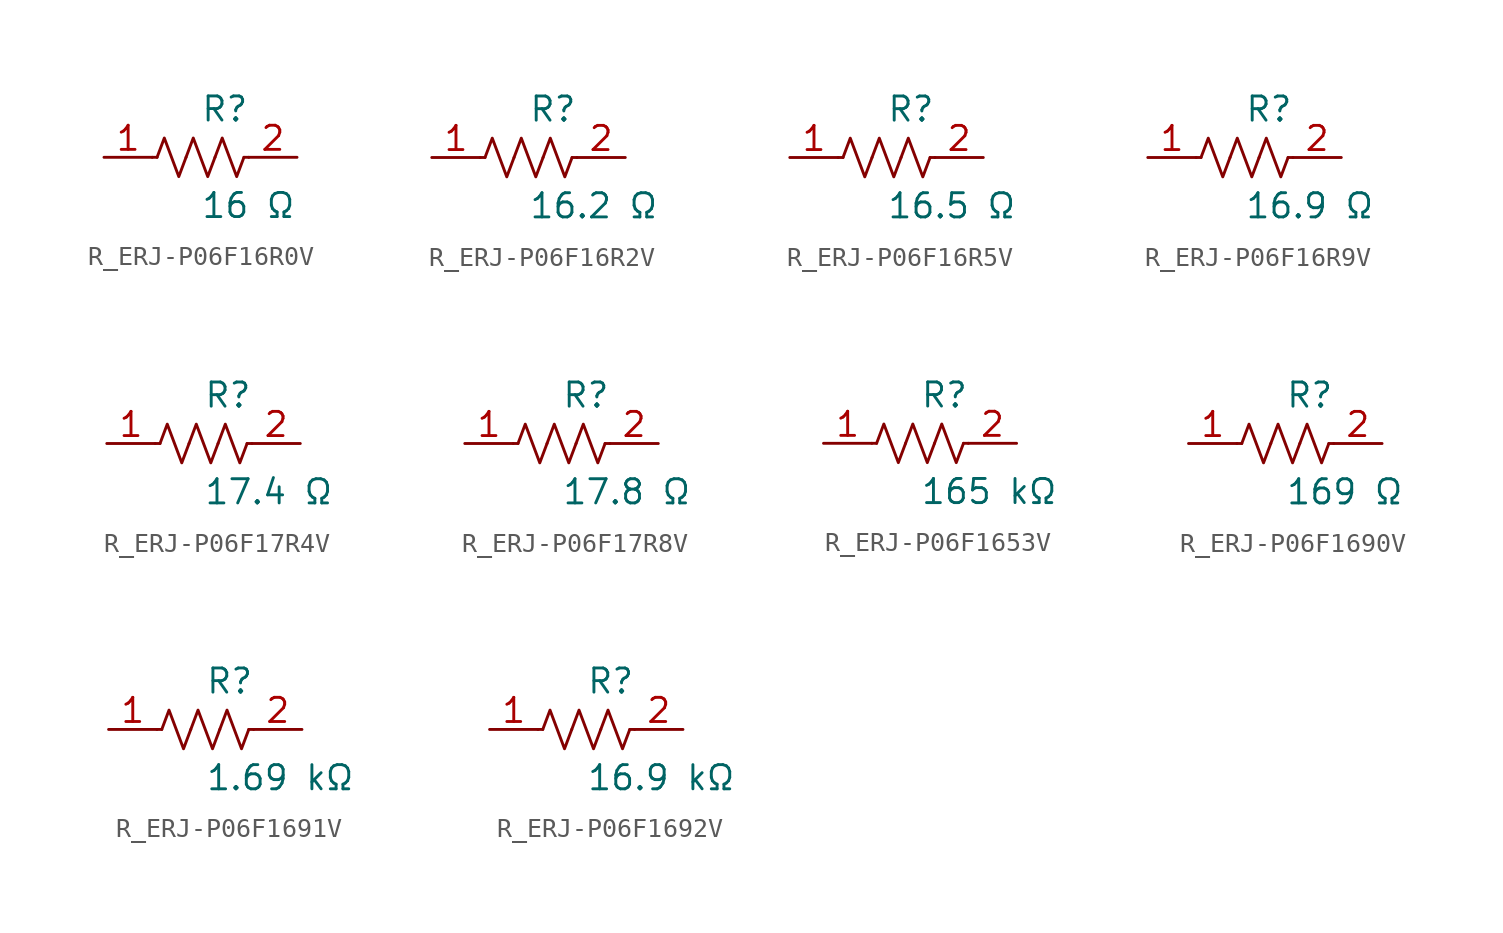
<source format=kicad_sym>
(kicad_symbol_lib
  (version 20231120)
  (generator kicad_symbol_editor)
  (generator_version 8.0)
  (symbol "R_ERJ-P06F16R0V"
    (pin_names
      (offset 0.254))
    (property "Reference" "R"
      (at 0.0 2.54 0)
      (effects (font (size 1.27 1.27)) (justify left)))
    (property "Value" "16 Ω"
      (at 0.0 -2.54 0)
      (effects (font (size 1.27 1.27)) (justify left)))
    (symbol "R_ERJ-P06F16R0V_0_1"
      (polyline (pts (xy 2.286 0) (xy 2.54 0)) (stroke (width 0) (type default)) (fill (type none)))
      (polyline (pts (xy -2.286 0) (xy -2.54 0)) (stroke (width 0) (type default)) (fill (type none)))
      (polyline (pts (xy 0.762 0) (xy 1.143 1.016) (xy 1.524 0) (xy 1.905 -1.016) (xy 2.286 0)) (stroke (width 0) (type default)) (fill (type none)))
      (polyline (pts (xy -0.762 0) (xy -0.381 1.016) (xy 0 0) (xy 0.381 -1.016) (xy 0.762 0)) (stroke (width 0) (type default)) (fill (type none)))
      (polyline (pts (xy -2.286 0) (xy -1.905 1.016) (xy -1.524 0) (xy -1.143 -1.016) (xy -0.762 0)) (stroke (width 0) (type default)) (fill (type none))))
    (pin unspecified line
      (at -5.08 0 0)
      (length 2.54)
      (name "" (effects (font (size 1.27 1.27))))
      (number "1" (effects (font (size 1.27 1.27)))))
    (pin unspecified line
      (at 5.08 0 180)
      (length 2.54)
      (name "" (effects (font (size 1.27 1.27))))
      (number "2" (effects (font (size 1.27 1.27))))))
  (symbol "R_ERJ-P06F16R2V"
    (pin_names
      (offset 0.254))
    (property "Reference" "R"
      (at 0.0 2.54 0)
      (effects (font (size 1.27 1.27)) (justify left)))
    (property "Value" "16.2 Ω"
      (at 0.0 -2.54 0)
      (effects (font (size 1.27 1.27)) (justify left)))
    (symbol "R_ERJ-P06F16R2V_0_1"
      (polyline (pts (xy 2.286 0) (xy 2.54 0)) (stroke (width 0) (type default)) (fill (type none)))
      (polyline (pts (xy -2.286 0) (xy -2.54 0)) (stroke (width 0) (type default)) (fill (type none)))
      (polyline (pts (xy 0.762 0) (xy 1.143 1.016) (xy 1.524 0) (xy 1.905 -1.016) (xy 2.286 0)) (stroke (width 0) (type default)) (fill (type none)))
      (polyline (pts (xy -0.762 0) (xy -0.381 1.016) (xy 0 0) (xy 0.381 -1.016) (xy 0.762 0)) (stroke (width 0) (type default)) (fill (type none)))
      (polyline (pts (xy -2.286 0) (xy -1.905 1.016) (xy -1.524 0) (xy -1.143 -1.016) (xy -0.762 0)) (stroke (width 0) (type default)) (fill (type none))))
    (pin unspecified line
      (at -5.08 0 0)
      (length 2.54)
      (name "" (effects (font (size 1.27 1.27))))
      (number "1" (effects (font (size 1.27 1.27)))))
    (pin unspecified line
      (at 5.08 0 180)
      (length 2.54)
      (name "" (effects (font (size 1.27 1.27))))
      (number "2" (effects (font (size 1.27 1.27))))))
  (symbol "R_ERJ-P06F16R5V"
    (pin_names
      (offset 0.254))
    (property "Reference" "R"
      (at 0.0 2.54 0)
      (effects (font (size 1.27 1.27)) (justify left)))
    (property "Value" "16.5 Ω"
      (at 0.0 -2.54 0)
      (effects (font (size 1.27 1.27)) (justify left)))
    (symbol "R_ERJ-P06F16R5V_0_1"
      (polyline (pts (xy 2.286 0) (xy 2.54 0)) (stroke (width 0) (type default)) (fill (type none)))
      (polyline (pts (xy -2.286 0) (xy -2.54 0)) (stroke (width 0) (type default)) (fill (type none)))
      (polyline (pts (xy 0.762 0) (xy 1.143 1.016) (xy 1.524 0) (xy 1.905 -1.016) (xy 2.286 0)) (stroke (width 0) (type default)) (fill (type none)))
      (polyline (pts (xy -0.762 0) (xy -0.381 1.016) (xy 0 0) (xy 0.381 -1.016) (xy 0.762 0)) (stroke (width 0) (type default)) (fill (type none)))
      (polyline (pts (xy -2.286 0) (xy -1.905 1.016) (xy -1.524 0) (xy -1.143 -1.016) (xy -0.762 0)) (stroke (width 0) (type default)) (fill (type none))))
    (pin unspecified line
      (at -5.08 0 0)
      (length 2.54)
      (name "" (effects (font (size 1.27 1.27))))
      (number "1" (effects (font (size 1.27 1.27)))))
    (pin unspecified line
      (at 5.08 0 180)
      (length 2.54)
      (name "" (effects (font (size 1.27 1.27))))
      (number "2" (effects (font (size 1.27 1.27))))))
  (symbol "R_ERJ-P06F16R9V"
    (pin_names
      (offset 0.254))
    (property "Reference" "R"
      (at 0.0 2.54 0)
      (effects (font (size 1.27 1.27)) (justify left)))
    (property "Value" "16.9 Ω"
      (at 0.0 -2.54 0)
      (effects (font (size 1.27 1.27)) (justify left)))
    (symbol "R_ERJ-P06F16R9V_0_1"
      (polyline (pts (xy 2.286 0) (xy 2.54 0)) (stroke (width 0) (type default)) (fill (type none)))
      (polyline (pts (xy -2.286 0) (xy -2.54 0)) (stroke (width 0) (type default)) (fill (type none)))
      (polyline (pts (xy 0.762 0) (xy 1.143 1.016) (xy 1.524 0) (xy 1.905 -1.016) (xy 2.286 0)) (stroke (width 0) (type default)) (fill (type none)))
      (polyline (pts (xy -0.762 0) (xy -0.381 1.016) (xy 0 0) (xy 0.381 -1.016) (xy 0.762 0)) (stroke (width 0) (type default)) (fill (type none)))
      (polyline (pts (xy -2.286 0) (xy -1.905 1.016) (xy -1.524 0) (xy -1.143 -1.016) (xy -0.762 0)) (stroke (width 0) (type default)) (fill (type none))))
    (pin unspecified line
      (at -5.08 0 0)
      (length 2.54)
      (name "" (effects (font (size 1.27 1.27))))
      (number "1" (effects (font (size 1.27 1.27)))))
    (pin unspecified line
      (at 5.08 0 180)
      (length 2.54)
      (name "" (effects (font (size 1.27 1.27))))
      (number "2" (effects (font (size 1.27 1.27))))))
  (symbol "R_ERJ-P06F17R4V"
    (pin_names
      (offset 0.254))
    (property "Reference" "R"
      (at 0.0 2.54 0)
      (effects (font (size 1.27 1.27)) (justify left)))
    (property "Value" "17.4 Ω"
      (at 0.0 -2.54 0)
      (effects (font (size 1.27 1.27)) (justify left)))
    (symbol "R_ERJ-P06F17R4V_0_1"
      (polyline (pts (xy 2.286 0) (xy 2.54 0)) (stroke (width 0) (type default)) (fill (type none)))
      (polyline (pts (xy -2.286 0) (xy -2.54 0)) (stroke (width 0) (type default)) (fill (type none)))
      (polyline (pts (xy 0.762 0) (xy 1.143 1.016) (xy 1.524 0) (xy 1.905 -1.016) (xy 2.286 0)) (stroke (width 0) (type default)) (fill (type none)))
      (polyline (pts (xy -0.762 0) (xy -0.381 1.016) (xy 0 0) (xy 0.381 -1.016) (xy 0.762 0)) (stroke (width 0) (type default)) (fill (type none)))
      (polyline (pts (xy -2.286 0) (xy -1.905 1.016) (xy -1.524 0) (xy -1.143 -1.016) (xy -0.762 0)) (stroke (width 0) (type default)) (fill (type none))))
    (pin unspecified line
      (at -5.08 0 0)
      (length 2.54)
      (name "" (effects (font (size 1.27 1.27))))
      (number "1" (effects (font (size 1.27 1.27)))))
    (pin unspecified line
      (at 5.08 0 180)
      (length 2.54)
      (name "" (effects (font (size 1.27 1.27))))
      (number "2" (effects (font (size 1.27 1.27))))))
  (symbol "R_ERJ-P06F17R8V"
    (pin_names
      (offset 0.254))
    (property "Reference" "R"
      (at 0.0 2.54 0)
      (effects (font (size 1.27 1.27)) (justify left)))
    (property "Value" "17.8 Ω"
      (at 0.0 -2.54 0)
      (effects (font (size 1.27 1.27)) (justify left)))
    (symbol "R_ERJ-P06F17R8V_0_1"
      (polyline (pts (xy 2.286 0) (xy 2.54 0)) (stroke (width 0) (type default)) (fill (type none)))
      (polyline (pts (xy -2.286 0) (xy -2.54 0)) (stroke (width 0) (type default)) (fill (type none)))
      (polyline (pts (xy 0.762 0) (xy 1.143 1.016) (xy 1.524 0) (xy 1.905 -1.016) (xy 2.286 0)) (stroke (width 0) (type default)) (fill (type none)))
      (polyline (pts (xy -0.762 0) (xy -0.381 1.016) (xy 0 0) (xy 0.381 -1.016) (xy 0.762 0)) (stroke (width 0) (type default)) (fill (type none)))
      (polyline (pts (xy -2.286 0) (xy -1.905 1.016) (xy -1.524 0) (xy -1.143 -1.016) (xy -0.762 0)) (stroke (width 0) (type default)) (fill (type none))))
    (pin unspecified line
      (at -5.08 0 0)
      (length 2.54)
      (name "" (effects (font (size 1.27 1.27))))
      (number "1" (effects (font (size 1.27 1.27)))))
    (pin unspecified line
      (at 5.08 0 180)
      (length 2.54)
      (name "" (effects (font (size 1.27 1.27))))
      (number "2" (effects (font (size 1.27 1.27))))))
  (symbol "R_ERJ-P06F1653V"
    (pin_names
      (offset 0.254))
    (property "Reference" "R"
      (at 0.0 2.54 0)
      (effects (font (size 1.27 1.27)) (justify left)))
    (property "Value" "165 kΩ"
      (at 0.0 -2.54 0)
      (effects (font (size 1.27 1.27)) (justify left)))
    (symbol "R_ERJ-P06F1653V_0_1"
      (polyline (pts (xy 2.286 0) (xy 2.54 0)) (stroke (width 0) (type default)) (fill (type none)))
      (polyline (pts (xy -2.286 0) (xy -2.54 0)) (stroke (width 0) (type default)) (fill (type none)))
      (polyline (pts (xy 0.762 0) (xy 1.143 1.016) (xy 1.524 0) (xy 1.905 -1.016) (xy 2.286 0)) (stroke (width 0) (type default)) (fill (type none)))
      (polyline (pts (xy -0.762 0) (xy -0.381 1.016) (xy 0 0) (xy 0.381 -1.016) (xy 0.762 0)) (stroke (width 0) (type default)) (fill (type none)))
      (polyline (pts (xy -2.286 0) (xy -1.905 1.016) (xy -1.524 0) (xy -1.143 -1.016) (xy -0.762 0)) (stroke (width 0) (type default)) (fill (type none))))
    (pin unspecified line
      (at -5.08 0 0)
      (length 2.54)
      (name "" (effects (font (size 1.27 1.27))))
      (number "1" (effects (font (size 1.27 1.27)))))
    (pin unspecified line
      (at 5.08 0 180)
      (length 2.54)
      (name "" (effects (font (size 1.27 1.27))))
      (number "2" (effects (font (size 1.27 1.27))))))
  (symbol "R_ERJ-P06F1690V"
    (pin_names
      (offset 0.254))
    (property "Reference" "R"
      (at 0.0 2.54 0)
      (effects (font (size 1.27 1.27)) (justify left)))
    (property "Value" "169 Ω"
      (at 0.0 -2.54 0)
      (effects (font (size 1.27 1.27)) (justify left)))
    (symbol "R_ERJ-P06F1690V_0_1"
      (polyline (pts (xy 2.286 0) (xy 2.54 0)) (stroke (width 0) (type default)) (fill (type none)))
      (polyline (pts (xy -2.286 0) (xy -2.54 0)) (stroke (width 0) (type default)) (fill (type none)))
      (polyline (pts (xy 0.762 0) (xy 1.143 1.016) (xy 1.524 0) (xy 1.905 -1.016) (xy 2.286 0)) (stroke (width 0) (type default)) (fill (type none)))
      (polyline (pts (xy -0.762 0) (xy -0.381 1.016) (xy 0 0) (xy 0.381 -1.016) (xy 0.762 0)) (stroke (width 0) (type default)) (fill (type none)))
      (polyline (pts (xy -2.286 0) (xy -1.905 1.016) (xy -1.524 0) (xy -1.143 -1.016) (xy -0.762 0)) (stroke (width 0) (type default)) (fill (type none))))
    (pin unspecified line
      (at -5.08 0 0)
      (length 2.54)
      (name "" (effects (font (size 1.27 1.27))))
      (number "1" (effects (font (size 1.27 1.27)))))
    (pin unspecified line
      (at 5.08 0 180)
      (length 2.54)
      (name "" (effects (font (size 1.27 1.27))))
      (number "2" (effects (font (size 1.27 1.27))))))
  (symbol "R_ERJ-P06F1691V"
    (pin_names
      (offset 0.254))
    (property "Reference" "R"
      (at 0.0 2.54 0)
      (effects (font (size 1.27 1.27)) (justify left)))
    (property "Value" "1.69 kΩ"
      (at 0.0 -2.54 0)
      (effects (font (size 1.27 1.27)) (justify left)))
    (symbol "R_ERJ-P06F1691V_0_1"
      (polyline (pts (xy 2.286 0) (xy 2.54 0)) (stroke (width 0) (type default)) (fill (type none)))
      (polyline (pts (xy -2.286 0) (xy -2.54 0)) (stroke (width 0) (type default)) (fill (type none)))
      (polyline (pts (xy 0.762 0) (xy 1.143 1.016) (xy 1.524 0) (xy 1.905 -1.016) (xy 2.286 0)) (stroke (width 0) (type default)) (fill (type none)))
      (polyline (pts (xy -0.762 0) (xy -0.381 1.016) (xy 0 0) (xy 0.381 -1.016) (xy 0.762 0)) (stroke (width 0) (type default)) (fill (type none)))
      (polyline (pts (xy -2.286 0) (xy -1.905 1.016) (xy -1.524 0) (xy -1.143 -1.016) (xy -0.762 0)) (stroke (width 0) (type default)) (fill (type none))))
    (pin unspecified line
      (at -5.08 0 0)
      (length 2.54)
      (name "" (effects (font (size 1.27 1.27))))
      (number "1" (effects (font (size 1.27 1.27)))))
    (pin unspecified line
      (at 5.08 0 180)
      (length 2.54)
      (name "" (effects (font (size 1.27 1.27))))
      (number "2" (effects (font (size 1.27 1.27))))))
  (symbol "R_ERJ-P06F1692V"
    (pin_names
      (offset 0.254))
    (property "Reference" "R"
      (at 0.0 2.54 0)
      (effects (font (size 1.27 1.27)) (justify left)))
    (property "Value" "16.9 kΩ"
      (at 0.0 -2.54 0)
      (effects (font (size 1.27 1.27)) (justify left)))
    (symbol "R_ERJ-P06F1692V_0_1"
      (polyline (pts (xy 2.286 0) (xy 2.54 0)) (stroke (width 0) (type default)) (fill (type none)))
      (polyline (pts (xy -2.286 0) (xy -2.54 0)) (stroke (width 0) (type default)) (fill (type none)))
      (polyline (pts (xy 0.762 0) (xy 1.143 1.016) (xy 1.524 0) (xy 1.905 -1.016) (xy 2.286 0)) (stroke (width 0) (type default)) (fill (type none)))
      (polyline (pts (xy -0.762 0) (xy -0.381 1.016) (xy 0 0) (xy 0.381 -1.016) (xy 0.762 0)) (stroke (width 0) (type default)) (fill (type none)))
      (polyline (pts (xy -2.286 0) (xy -1.905 1.016) (xy -1.524 0) (xy -1.143 -1.016) (xy -0.762 0)) (stroke (width 0) (type default)) (fill (type none))))
    (pin unspecified line
      (at -5.08 0 0)
      (length 2.54)
      (name "" (effects (font (size 1.27 1.27))))
      (number "1" (effects (font (size 1.27 1.27)))))
    (pin unspecified line
      (at 5.08 0 180)
      (length 2.54)
      (name "" (effects (font (size 1.27 1.27))))
      (number "2" (effects (font (size 1.27 1.27)))))))
</source>
